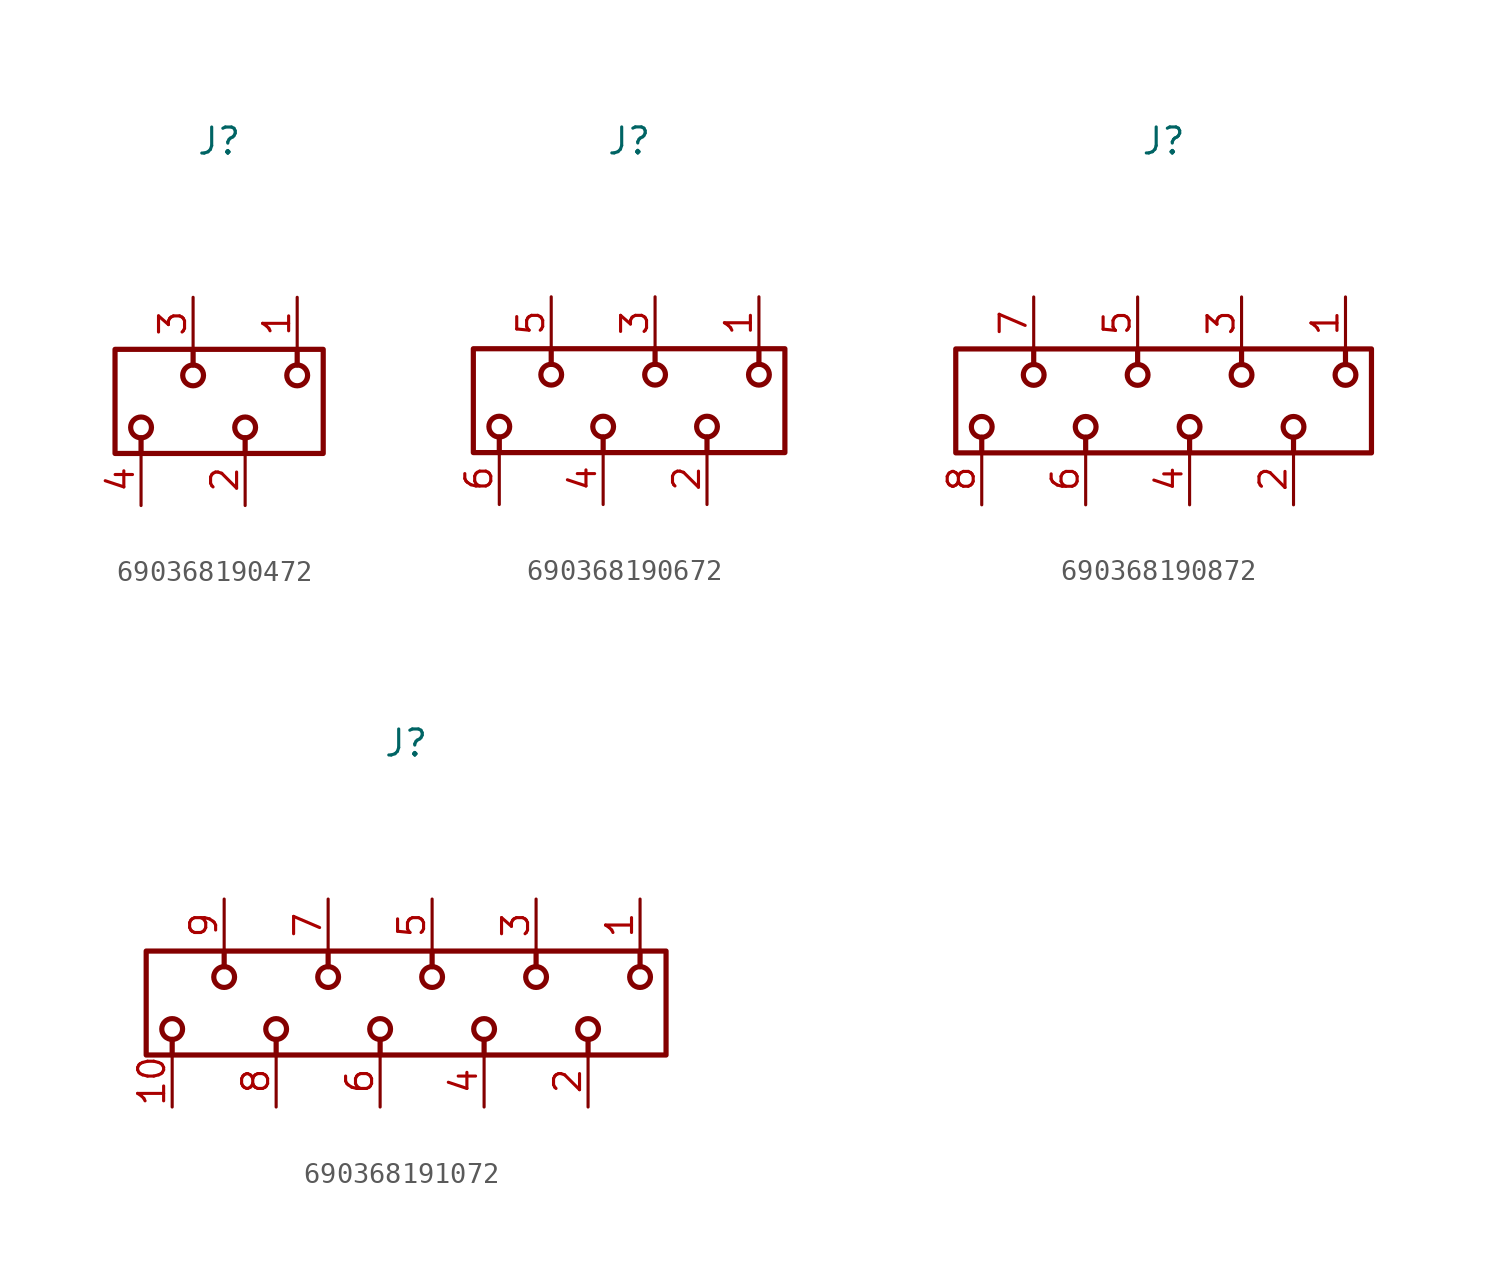
<source format=kicad_sym>
(kicad_symbol_lib
  (version 20241209)
  (generator "kicad_symbol_editor")
  (generator_version "9.0")
  (symbol "690368190472"
    (pin_names
      (hide yes))
    (property "Reference" "J"
      (at 0 12.7 0)
      (effects (font (size 1.27 1.27))))
    (symbol "690368190472_1_1"
      (rectangle (start -5.08 2.54) (end 5.08 -2.54) (stroke (width 0.254) (type solid)) (fill (type none)))
      (circle (center -3.81 -1.27) (radius 0.508) (stroke (width 0.254) (type solid)) (fill (type none)))
      (polyline (pts (xy -3.81 -1.778) (xy -3.81 -2.54)) (stroke (width 0.254) (type solid)) (fill (type none)))
      (polyline (pts (xy -1.27 1.778) (xy -1.27 2.54)) (stroke (width 0.254) (type solid)) (fill (type none)))
      (circle (center -1.27 1.27) (radius 0.508) (stroke (width 0.254) (type solid)) (fill (type none)))
      (circle (center 1.27 -1.27) (radius 0.508) (stroke (width 0.254) (type solid)) (fill (type none)))
      (polyline (pts (xy 1.27 -1.778) (xy 1.27 -2.54)) (stroke (width 0.254) (type solid)) (fill (type none)))
      (polyline (pts (xy 3.81 1.778) (xy 3.81 2.54)) (stroke (width 0.254) (type solid)) (fill (type none)))
      (circle (center 3.81 1.27) (radius 0.508) (stroke (width 0.254) (type solid)) (fill (type none)))
      (pin passive line (at -3.81 -5.08 90) (length 2.54) (name "4" (effects (font (size 1.27 1.27)))) (number "4" (effects (font (size 1.27 1.27)))))
      (pin passive line (at -1.27 5.08 270) (length 2.54) (name "3" (effects (font (size 1.27 1.27)))) (number "3" (effects (font (size 1.27 1.27)))))
      (pin passive line (at 1.27 -5.08 90) (length 2.54) (name "2" (effects (font (size 1.27 1.27)))) (number "2" (effects (font (size 1.27 1.27)))))
      (pin passive line (at 3.81 5.08 270) (length 2.54) (name "1" (effects (font (size 1.27 1.27)))) (number "1" (effects (font (size 1.27 1.27)))))))
  (symbol "690368190672"
    (pin_names
      (hide yes))
    (property "Reference" "J"
      (at 0 12.7 0)
      (effects (font (size 1.27 1.27))))
    (symbol "690368190672_1_1"
      (rectangle (start -7.62 2.54) (end 7.62 -2.54) (stroke (width 0.254) (type solid)) (fill (type none)))
      (circle (center -6.35 -1.27) (radius 0.508) (stroke (width 0.254) (type solid)) (fill (type none)))
      (polyline (pts (xy -6.35 -1.778) (xy -6.35 -2.54)) (stroke (width 0.254) (type solid)) (fill (type none)))
      (polyline (pts (xy -3.81 1.778) (xy -3.81 2.54)) (stroke (width 0.254) (type solid)) (fill (type none)))
      (circle (center -3.81 1.27) (radius 0.508) (stroke (width 0.254) (type solid)) (fill (type none)))
      (circle (center -1.27 -1.27) (radius 0.508) (stroke (width 0.254) (type solid)) (fill (type none)))
      (polyline (pts (xy -1.27 -1.778) (xy -1.27 -2.54)) (stroke (width 0.254) (type solid)) (fill (type none)))
      (polyline (pts (xy 1.27 1.778) (xy 1.27 2.54)) (stroke (width 0.254) (type solid)) (fill (type none)))
      (circle (center 1.27 1.27) (radius 0.508) (stroke (width 0.254) (type solid)) (fill (type none)))
      (circle (center 3.81 -1.27) (radius 0.508) (stroke (width 0.254) (type solid)) (fill (type none)))
      (polyline (pts (xy 3.81 -1.778) (xy 3.81 -2.54)) (stroke (width 0.254) (type solid)) (fill (type none)))
      (polyline (pts (xy 6.35 1.778) (xy 6.35 2.54)) (stroke (width 0.254) (type solid)) (fill (type none)))
      (circle (center 6.35 1.27) (radius 0.508) (stroke (width 0.254) (type solid)) (fill (type none)))
      (pin passive line (at -6.35 -5.08 90) (length 2.54) (name "6" (effects (font (size 1.27 1.27)))) (number "6" (effects (font (size 1.27 1.27)))))
      (pin passive line (at -3.81 5.08 270) (length 2.54) (name "5" (effects (font (size 1.27 1.27)))) (number "5" (effects (font (size 1.27 1.27)))))
      (pin passive line (at -1.27 -5.08 90) (length 2.54) (name "4" (effects (font (size 1.27 1.27)))) (number "4" (effects (font (size 1.27 1.27)))))
      (pin passive line (at 1.27 5.08 270) (length 2.54) (name "3" (effects (font (size 1.27 1.27)))) (number "3" (effects (font (size 1.27 1.27)))))
      (pin passive line (at 3.81 -5.08 90) (length 2.54) (name "2" (effects (font (size 1.27 1.27)))) (number "2" (effects (font (size 1.27 1.27)))))
      (pin passive line (at 6.35 5.08 270) (length 2.54) (name "1" (effects (font (size 1.27 1.27)))) (number "1" (effects (font (size 1.27 1.27)))))))
  (symbol "690368190872"
    (pin_names
      (hide yes))
    (property "Reference" "J"
      (at 0 12.7 0)
      (effects (font (size 1.27 1.27))))
    (symbol "690368190872_1_1"
      (rectangle (start -10.16 2.54) (end 10.16 -2.54) (stroke (width 0.254) (type solid)) (fill (type none)))
      (circle (center -8.89 -1.27) (radius 0.508) (stroke (width 0.254) (type solid)) (fill (type none)))
      (polyline (pts (xy -8.89 -1.778) (xy -8.89 -2.54)) (stroke (width 0.254) (type solid)) (fill (type none)))
      (polyline (pts (xy -6.35 1.778) (xy -6.35 2.54)) (stroke (width 0.254) (type solid)) (fill (type none)))
      (circle (center -6.35 1.27) (radius 0.508) (stroke (width 0.254) (type solid)) (fill (type none)))
      (circle (center -3.81 -1.27) (radius 0.508) (stroke (width 0.254) (type solid)) (fill (type none)))
      (polyline (pts (xy -3.81 -1.778) (xy -3.81 -2.54)) (stroke (width 0.254) (type solid)) (fill (type none)))
      (polyline (pts (xy -1.27 1.778) (xy -1.27 2.54)) (stroke (width 0.254) (type solid)) (fill (type none)))
      (circle (center -1.27 1.27) (radius 0.508) (stroke (width 0.254) (type solid)) (fill (type none)))
      (circle (center 1.27 -1.27) (radius 0.508) (stroke (width 0.254) (type solid)) (fill (type none)))
      (polyline (pts (xy 1.27 -1.778) (xy 1.27 -2.54)) (stroke (width 0.254) (type solid)) (fill (type none)))
      (polyline (pts (xy 3.81 1.778) (xy 3.81 2.54)) (stroke (width 0.254) (type solid)) (fill (type none)))
      (circle (center 3.81 1.27) (radius 0.508) (stroke (width 0.254) (type solid)) (fill (type none)))
      (circle (center 6.35 -1.27) (radius 0.508) (stroke (width 0.254) (type solid)) (fill (type none)))
      (polyline (pts (xy 6.35 -1.778) (xy 6.35 -2.54)) (stroke (width 0.254) (type solid)) (fill (type none)))
      (polyline (pts (xy 8.89 1.778) (xy 8.89 2.54)) (stroke (width 0.254) (type solid)) (fill (type none)))
      (circle (center 8.89 1.27) (radius 0.508) (stroke (width 0.254) (type solid)) (fill (type none)))
      (pin passive line (at -8.89 -5.08 90) (length 2.54) (name "8" (effects (font (size 1.27 1.27)))) (number "8" (effects (font (size 1.27 1.27)))))
      (pin passive line (at -6.35 5.08 270) (length 2.54) (name "7" (effects (font (size 1.27 1.27)))) (number "7" (effects (font (size 1.27 1.27)))))
      (pin passive line (at -3.81 -5.08 90) (length 2.54) (name "6" (effects (font (size 1.27 1.27)))) (number "6" (effects (font (size 1.27 1.27)))))
      (pin passive line (at -1.27 5.08 270) (length 2.54) (name "5" (effects (font (size 1.27 1.27)))) (number "5" (effects (font (size 1.27 1.27)))))
      (pin passive line (at 1.27 -5.08 90) (length 2.54) (name "4" (effects (font (size 1.27 1.27)))) (number "4" (effects (font (size 1.27 1.27)))))
      (pin passive line (at 3.81 5.08 270) (length 2.54) (name "3" (effects (font (size 1.27 1.27)))) (number "3" (effects (font (size 1.27 1.27)))))
      (pin passive line (at 6.35 -5.08 90) (length 2.54) (name "2" (effects (font (size 1.27 1.27)))) (number "2" (effects (font (size 1.27 1.27)))))
      (pin passive line (at 8.89 5.08 270) (length 2.54) (name "1" (effects (font (size 1.27 1.27)))) (number "1" (effects (font (size 1.27 1.27)))))))
  (symbol "690368191072"
    (pin_names
      (hide yes))
    (property "Reference" "J"
      (at 0 12.7 0)
      (effects (font (size 1.27 1.27))))
    (symbol "690368191072_1_1"
      (rectangle (start -12.7 2.54) (end 12.7 -2.54) (stroke (width 0.254) (type solid)) (fill (type none)))
      (circle (center -11.43 -1.27) (radius 0.508) (stroke (width 0.254) (type solid)) (fill (type none)))
      (polyline (pts (xy -11.43 -1.778) (xy -11.43 -2.54)) (stroke (width 0.254) (type solid)) (fill (type none)))
      (polyline (pts (xy -8.89 1.778) (xy -8.89 2.54)) (stroke (width 0.254) (type solid)) (fill (type none)))
      (circle (center -8.89 1.27) (radius 0.508) (stroke (width 0.254) (type solid)) (fill (type none)))
      (circle (center -6.35 -1.27) (radius 0.508) (stroke (width 0.254) (type solid)) (fill (type none)))
      (polyline (pts (xy -6.35 -1.778) (xy -6.35 -2.54)) (stroke (width 0.254) (type solid)) (fill (type none)))
      (polyline (pts (xy -3.81 1.778) (xy -3.81 2.54)) (stroke (width 0.254) (type solid)) (fill (type none)))
      (circle (center -3.81 1.27) (radius 0.508) (stroke (width 0.254) (type solid)) (fill (type none)))
      (circle (center -1.27 -1.27) (radius 0.508) (stroke (width 0.254) (type solid)) (fill (type none)))
      (polyline (pts (xy -1.27 -1.778) (xy -1.27 -2.54)) (stroke (width 0.254) (type solid)) (fill (type none)))
      (polyline (pts (xy 1.27 1.778) (xy 1.27 2.54)) (stroke (width 0.254) (type solid)) (fill (type none)))
      (circle (center 1.27 1.27) (radius 0.508) (stroke (width 0.254) (type solid)) (fill (type none)))
      (circle (center 3.81 -1.27) (radius 0.508) (stroke (width 0.254) (type solid)) (fill (type none)))
      (polyline (pts (xy 3.81 -1.778) (xy 3.81 -2.54)) (stroke (width 0.254) (type solid)) (fill (type none)))
      (polyline (pts (xy 6.35 1.778) (xy 6.35 2.54)) (stroke (width 0.254) (type solid)) (fill (type none)))
      (circle (center 6.35 1.27) (radius 0.508) (stroke (width 0.254) (type solid)) (fill (type none)))
      (circle (center 8.89 -1.27) (radius 0.508) (stroke (width 0.254) (type solid)) (fill (type none)))
      (polyline (pts (xy 8.89 -1.778) (xy 8.89 -2.54)) (stroke (width 0.254) (type solid)) (fill (type none)))
      (polyline (pts (xy 11.43 1.778) (xy 11.43 2.54)) (stroke (width 0.254) (type solid)) (fill (type none)))
      (circle (center 11.43 1.27) (radius 0.508) (stroke (width 0.254) (type solid)) (fill (type none)))
      (pin passive line (at -11.43 -5.08 90) (length 2.54) (name "10" (effects (font (size 1.27 1.27)))) (number "10" (effects (font (size 1.27 1.27)))))
      (pin passive line (at -8.89 5.08 270) (length 2.54) (name "9" (effects (font (size 1.27 1.27)))) (number "9" (effects (font (size 1.27 1.27)))))
      (pin passive line (at -6.35 -5.08 90) (length 2.54) (name "8" (effects (font (size 1.27 1.27)))) (number "8" (effects (font (size 1.27 1.27)))))
      (pin passive line (at -3.81 5.08 270) (length 2.54) (name "7" (effects (font (size 1.27 1.27)))) (number "7" (effects (font (size 1.27 1.27)))))
      (pin passive line (at -1.27 -5.08 90) (length 2.54) (name "6" (effects (font (size 1.27 1.27)))) (number "6" (effects (font (size 1.27 1.27)))))
      (pin passive line (at 1.27 5.08 270) (length 2.54) (name "5" (effects (font (size 1.27 1.27)))) (number "5" (effects (font (size 1.27 1.27)))))
      (pin passive line (at 3.81 -5.08 90) (length 2.54) (name "4" (effects (font (size 1.27 1.27)))) (number "4" (effects (font (size 1.27 1.27)))))
      (pin passive line (at 6.35 5.08 270) (length 2.54) (name "3" (effects (font (size 1.27 1.27)))) (number "3" (effects (font (size 1.27 1.27)))))
      (pin passive line (at 8.89 -5.08 90) (length 2.54) (name "2" (effects (font (size 1.27 1.27)))) (number "2" (effects (font (size 1.27 1.27)))))
      (pin passive line (at 11.43 5.08 270) (length 2.54) (name "1" (effects (font (size 1.27 1.27)))) (number "1" (effects (font (size 1.27 1.27))))))))
</source>
